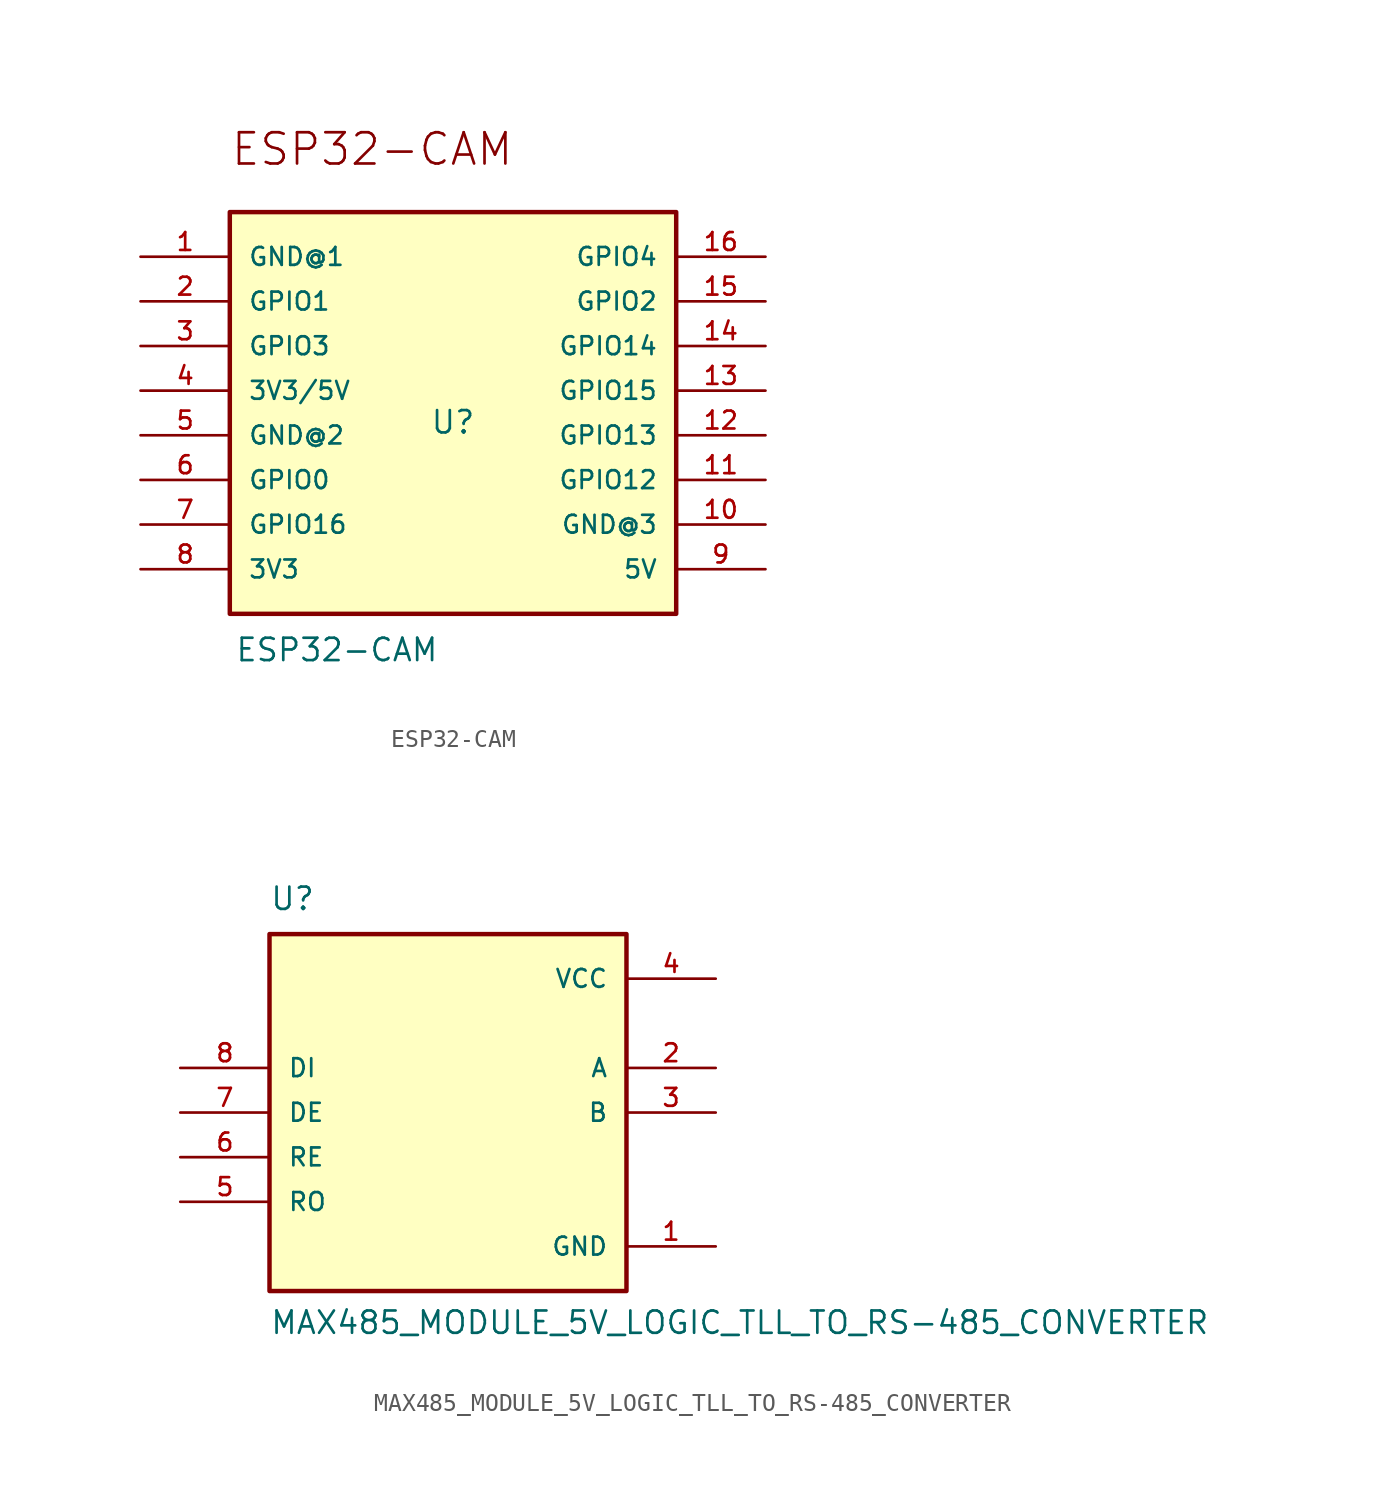
<source format=kicad_sym>
(kicad_symbol_lib
  (version 20231120)
  (generator "kicad_symbol_editor")
  (generator_version "8.0")
  (symbol "ESP32-CAM"
    (pin_names
      (offset 1.016))
    (property "Reference" "U"
      (at 0 0 0)
      (effects (font (size 1.27 1.27)) (justify bottom)))
    (property "Value" "ESP32-CAM"
      (at -6.604 -12.954 0)
      (effects (font (size 1.27 1.27)) (justify bottom)))
    (symbol "ESP32-CAM_0_0"
      (rectangle (start -12.7 12.7) (end 12.7 -10.16) (stroke (width 0.254) (type default)) (fill (type background)))
      (text "ESP32-CAM" (at -12.7 15.24 0) (effects (font (size 1.778 1.778)) (justify left bottom))))
    (symbol "ESP32-CAM_1_0"
      (pin bidirectional line (at -17.78 10.16 0) (length 5.08) (name "GND@1" (effects (font (size 1.016 1.016)))) (number "1" (effects (font (size 1.016 1.016)))))
      (pin bidirectional line (at 17.78 -5.08 180) (length 5.08) (name "GND@3" (effects (font (size 1.016 1.016)))) (number "10" (effects (font (size 1.016 1.016)))))
      (pin bidirectional line (at 17.78 -2.54 180) (length 5.08) (name "GPIO12" (effects (font (size 1.016 1.016)))) (number "11" (effects (font (size 1.016 1.016)))))
      (pin bidirectional line (at 17.78 0 180) (length 5.08) (name "GPIO13" (effects (font (size 1.016 1.016)))) (number "12" (effects (font (size 1.016 1.016)))))
      (pin bidirectional line (at 17.78 2.54 180) (length 5.08) (name "GPIO15" (effects (font (size 1.016 1.016)))) (number "13" (effects (font (size 1.016 1.016)))))
      (pin bidirectional line (at 17.78 5.08 180) (length 5.08) (name "GPIO14" (effects (font (size 1.016 1.016)))) (number "14" (effects (font (size 1.016 1.016)))))
      (pin bidirectional line (at 17.78 7.62 180) (length 5.08) (name "GPIO2" (effects (font (size 1.016 1.016)))) (number "15" (effects (font (size 1.016 1.016)))))
      (pin bidirectional line (at 17.78 10.16 180) (length 5.08) (name "GPIO4" (effects (font (size 1.016 1.016)))) (number "16" (effects (font (size 1.016 1.016)))))
      (pin bidirectional line (at -17.78 7.62 0) (length 5.08) (name "GPIO1" (effects (font (size 1.016 1.016)))) (number "2" (effects (font (size 1.016 1.016)))))
      (pin bidirectional line (at -17.78 5.08 0) (length 5.08) (name "GPIO3" (effects (font (size 1.016 1.016)))) (number "3" (effects (font (size 1.016 1.016)))))
      (pin bidirectional line (at -17.78 2.54 0) (length 5.08) (name "3V3/5V" (effects (font (size 1.016 1.016)))) (number "4" (effects (font (size 1.016 1.016)))))
      (pin bidirectional line (at -17.78 0 0) (length 5.08) (name "GND@2" (effects (font (size 1.016 1.016)))) (number "5" (effects (font (size 1.016 1.016)))))
      (pin bidirectional line (at -17.78 -2.54 0) (length 5.08) (name "GPIO0" (effects (font (size 1.016 1.016)))) (number "6" (effects (font (size 1.016 1.016)))))
      (pin bidirectional line (at -17.78 -5.08 0) (length 5.08) (name "GPIO16" (effects (font (size 1.016 1.016)))) (number "7" (effects (font (size 1.016 1.016)))))
      (pin bidirectional line (at -17.78 -7.62 0) (length 5.08) (name "3V3" (effects (font (size 1.016 1.016)))) (number "8" (effects (font (size 1.016 1.016)))))
      (pin bidirectional line (at 17.78 -7.62 180) (length 5.08) (name "5V" (effects (font (size 1.016 1.016)))) (number "9" (effects (font (size 1.016 1.016)))))))
  (symbol "MAX485_MODULE_5V_LOGIC_TLL_TO_RS-485_CONVERTER"
    (pin_names
      (offset 1.016))
    (property "Reference" "U"
      (at -10.16 11.43 0)
      (effects (font (size 1.27 1.27)) (justify left bottom)))
    (property "Value" "MAX485_MODULE_5V_LOGIC_TLL_TO_RS-485_CONVERTER"
      (at -10.16 -12.7 0)
      (effects (font (size 1.27 1.27)) (justify left bottom)))
    (symbol "MAX485_MODULE_5V_LOGIC_TLL_TO_RS-485_CONVERTER_0_0"
      (rectangle (start -10.16 10.16) (end 10.16 -10.16) (stroke (width 0.254) (type default)) (fill (type background)))
      (pin power_in line (at 15.24 -7.62 180) (length 5.08) (name "GND" (effects (font (size 1.016 1.016)))) (number "1" (effects (font (size 1.016 1.016)))))
      (pin bidirectional line (at 15.24 2.54 180) (length 5.08) (name "A" (effects (font (size 1.016 1.016)))) (number "2" (effects (font (size 1.016 1.016)))))
      (pin bidirectional line (at 15.24 0 180) (length 5.08) (name "B" (effects (font (size 1.016 1.016)))) (number "3" (effects (font (size 1.016 1.016)))))
      (pin power_in line (at 15.24 7.62 180) (length 5.08) (name "VCC" (effects (font (size 1.016 1.016)))) (number "4" (effects (font (size 1.016 1.016)))))
      (pin output line (at -15.24 -5.08 0) (length 5.08) (name "RO" (effects (font (size 1.016 1.016)))) (number "5" (effects (font (size 1.016 1.016)))))
      (pin input line (at -15.24 -2.54 0) (length 5.08) (name "RE" (effects (font (size 1.016 1.016)))) (number "6" (effects (font (size 1.016 1.016)))))
      (pin input line (at -15.24 0 0) (length 5.08) (name "DE" (effects (font (size 1.016 1.016)))) (number "7" (effects (font (size 1.016 1.016)))))
      (pin input line (at -15.24 2.54 0) (length 5.08) (name "DI" (effects (font (size 1.016 1.016)))) (number "8" (effects (font (size 1.016 1.016))))))))
</source>
